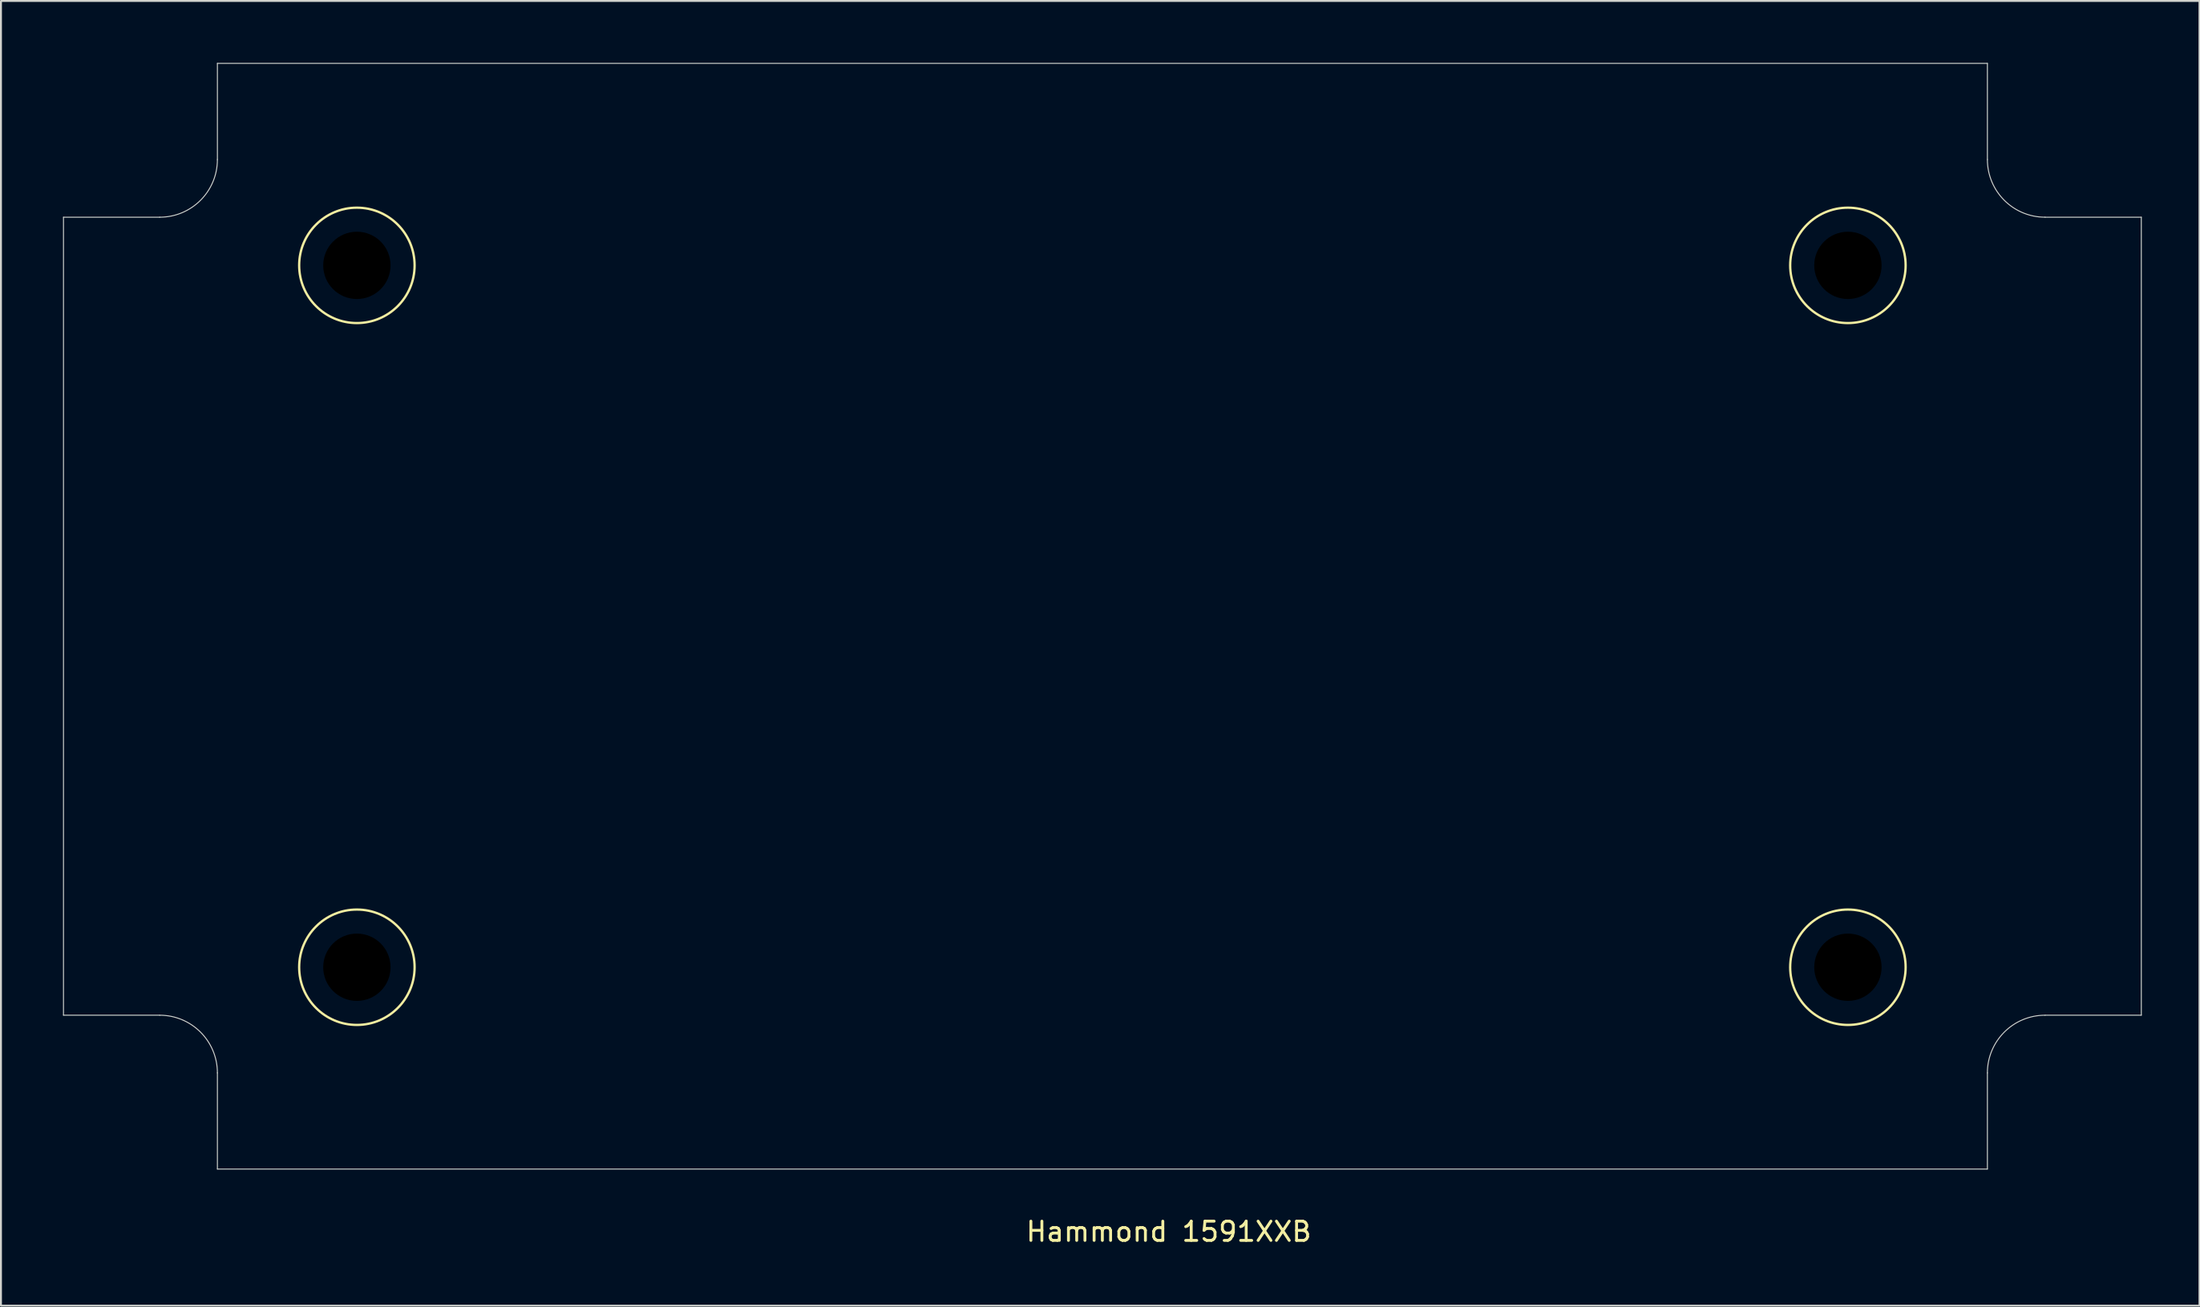
<source format=kicad_pcb>
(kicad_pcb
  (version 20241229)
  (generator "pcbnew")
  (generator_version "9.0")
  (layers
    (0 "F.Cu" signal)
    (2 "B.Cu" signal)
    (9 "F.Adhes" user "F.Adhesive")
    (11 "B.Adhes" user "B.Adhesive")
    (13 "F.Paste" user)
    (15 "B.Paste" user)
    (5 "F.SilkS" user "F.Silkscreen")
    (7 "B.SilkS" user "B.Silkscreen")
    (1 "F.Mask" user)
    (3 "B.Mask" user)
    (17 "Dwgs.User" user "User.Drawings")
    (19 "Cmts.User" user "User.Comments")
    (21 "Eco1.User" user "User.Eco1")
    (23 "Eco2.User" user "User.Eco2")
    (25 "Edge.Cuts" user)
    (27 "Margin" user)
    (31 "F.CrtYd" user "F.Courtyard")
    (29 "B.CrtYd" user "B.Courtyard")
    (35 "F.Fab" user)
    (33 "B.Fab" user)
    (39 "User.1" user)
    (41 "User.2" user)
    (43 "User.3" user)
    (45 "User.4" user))
  (footprint "Hammond 1591XXB"
    (layer "F.Cu")
    (at 0.25 0.25)
    (property "Reference" "Hammond 1591XXB" (at 57.45 60.75 0) (unlocked yes) (layer "F.SilkS") (effects (font (size 1 1) (thickness 0.15))))
    (attr through_hole)
    (fp_circle (center 15.25 10.5) (end 18.25 10.5) (stroke (width 0.12) (type solid)) (fill no) (layer "F.SilkS"))
    (fp_circle (center 15.25 47) (end 18.25 47) (stroke (width 0.12) (type solid)) (fill no) (layer "F.SilkS"))
    (fp_circle (center 92.75 10.5) (end 95.75 10.5) (stroke (width 0.12) (type solid)) (fill no) (layer "F.SilkS"))
    (fp_circle (center 92.75 47) (end 95.75 47) (stroke (width 0.12) (type solid)) (fill no) (layer "F.SilkS"))
    (fp_line (start -0.000126 7.995) (end -0.000126 49.495) (stroke (width 0.05) (type solid)) (layer "Edge.Cuts"))
    (fp_line (start -0.000126 7.995) (end 5 7.995) (stroke (width 0.05) (type solid)) (layer "Edge.Cuts"))
    (fp_line (start 5 49.495) (end -0.000126 49.495) (stroke (width 0.05) (type solid)) (layer "Edge.Cuts"))
    (fp_line (start 8 -0.005) (end 8 4.995) (stroke (width 0.05) (type solid)) (layer "Edge.Cuts"))
    (fp_line (start 8 -0.005) (end 100 -0.005) (stroke (width 0.05) (type solid)) (layer "Edge.Cuts"))
    (fp_line (start 8 57.495) (end 8 52.495) (stroke (width 0.05) (type solid)) (layer "Edge.Cuts"))
    (fp_line (start 8 57.495) (end 100 57.495) (stroke (width 0.05) (type solid)) (layer "Edge.Cuts"))
    (fp_line (start 100 4.995) (end 100 -0.005) (stroke (width 0.05) (type solid)) (layer "Edge.Cuts"))
    (fp_line (start 100 57.495) (end 100 52.495) (stroke (width 0.05) (type solid)) (layer "Edge.Cuts"))
    (fp_line (start 103 49.495) (end 108 49.495) (stroke (width 0.05) (type solid)) (layer "Edge.Cuts"))
    (fp_line (start 108 7.995) (end 103 7.995) (stroke (width 0.05) (type solid)) (layer "Edge.Cuts"))
    (fp_line (start 108 7.995) (end 108 49.495) (stroke (width 0.05) (type solid)) (layer "Edge.Cuts"))
    (fp_arc (start 4.999874 49.495164) (mid 7.121194 50.373844) (end 7.999874 52.495164) (stroke (width 0.05) (type solid)) (layer "Edge.Cuts"))
    (fp_arc (start 7.999874 4.995164) (mid 7.121194 7.116484) (end 4.999874 7.995164) (stroke (width 0.05) (type solid)) (layer "Edge.Cuts"))
    (fp_arc (start 99.999874 52.495164) (mid 100.878554 50.373844) (end 102.999874 49.495164) (stroke (width 0.05) (type solid)) (layer "Edge.Cuts"))
    (fp_arc (start 102.999874 7.995164) (mid 100.878554 7.116484) (end 99.999874 4.995164) (stroke (width 0.05) (type solid)) (layer "Edge.Cuts"))
    (pad "" np_thru_hole circle (at 15.25 10.5) (size 3.5 3.5) (drill 3.5) (layers "*.Mask"))
    (pad "" np_thru_hole circle (at 15.25 47) (size 3.5 3.5) (drill 3.5) (layers "*.Mask"))
    (pad "" np_thru_hole circle (at 92.75 10.5) (size 3.5 3.5) (drill 3.5) (layers "*.Mask"))
    (pad "" np_thru_hole circle (at 92.75 47) (size 3.5 3.5) (drill 3.5) (layers "*.Mask")))
  (gr_rect
    (start -3 -3)
    (end 111.275 64.848)
    (stroke (width 0.1) (type default))
    (fill no)
    (layer "Edge.Cuts")))
</source>
